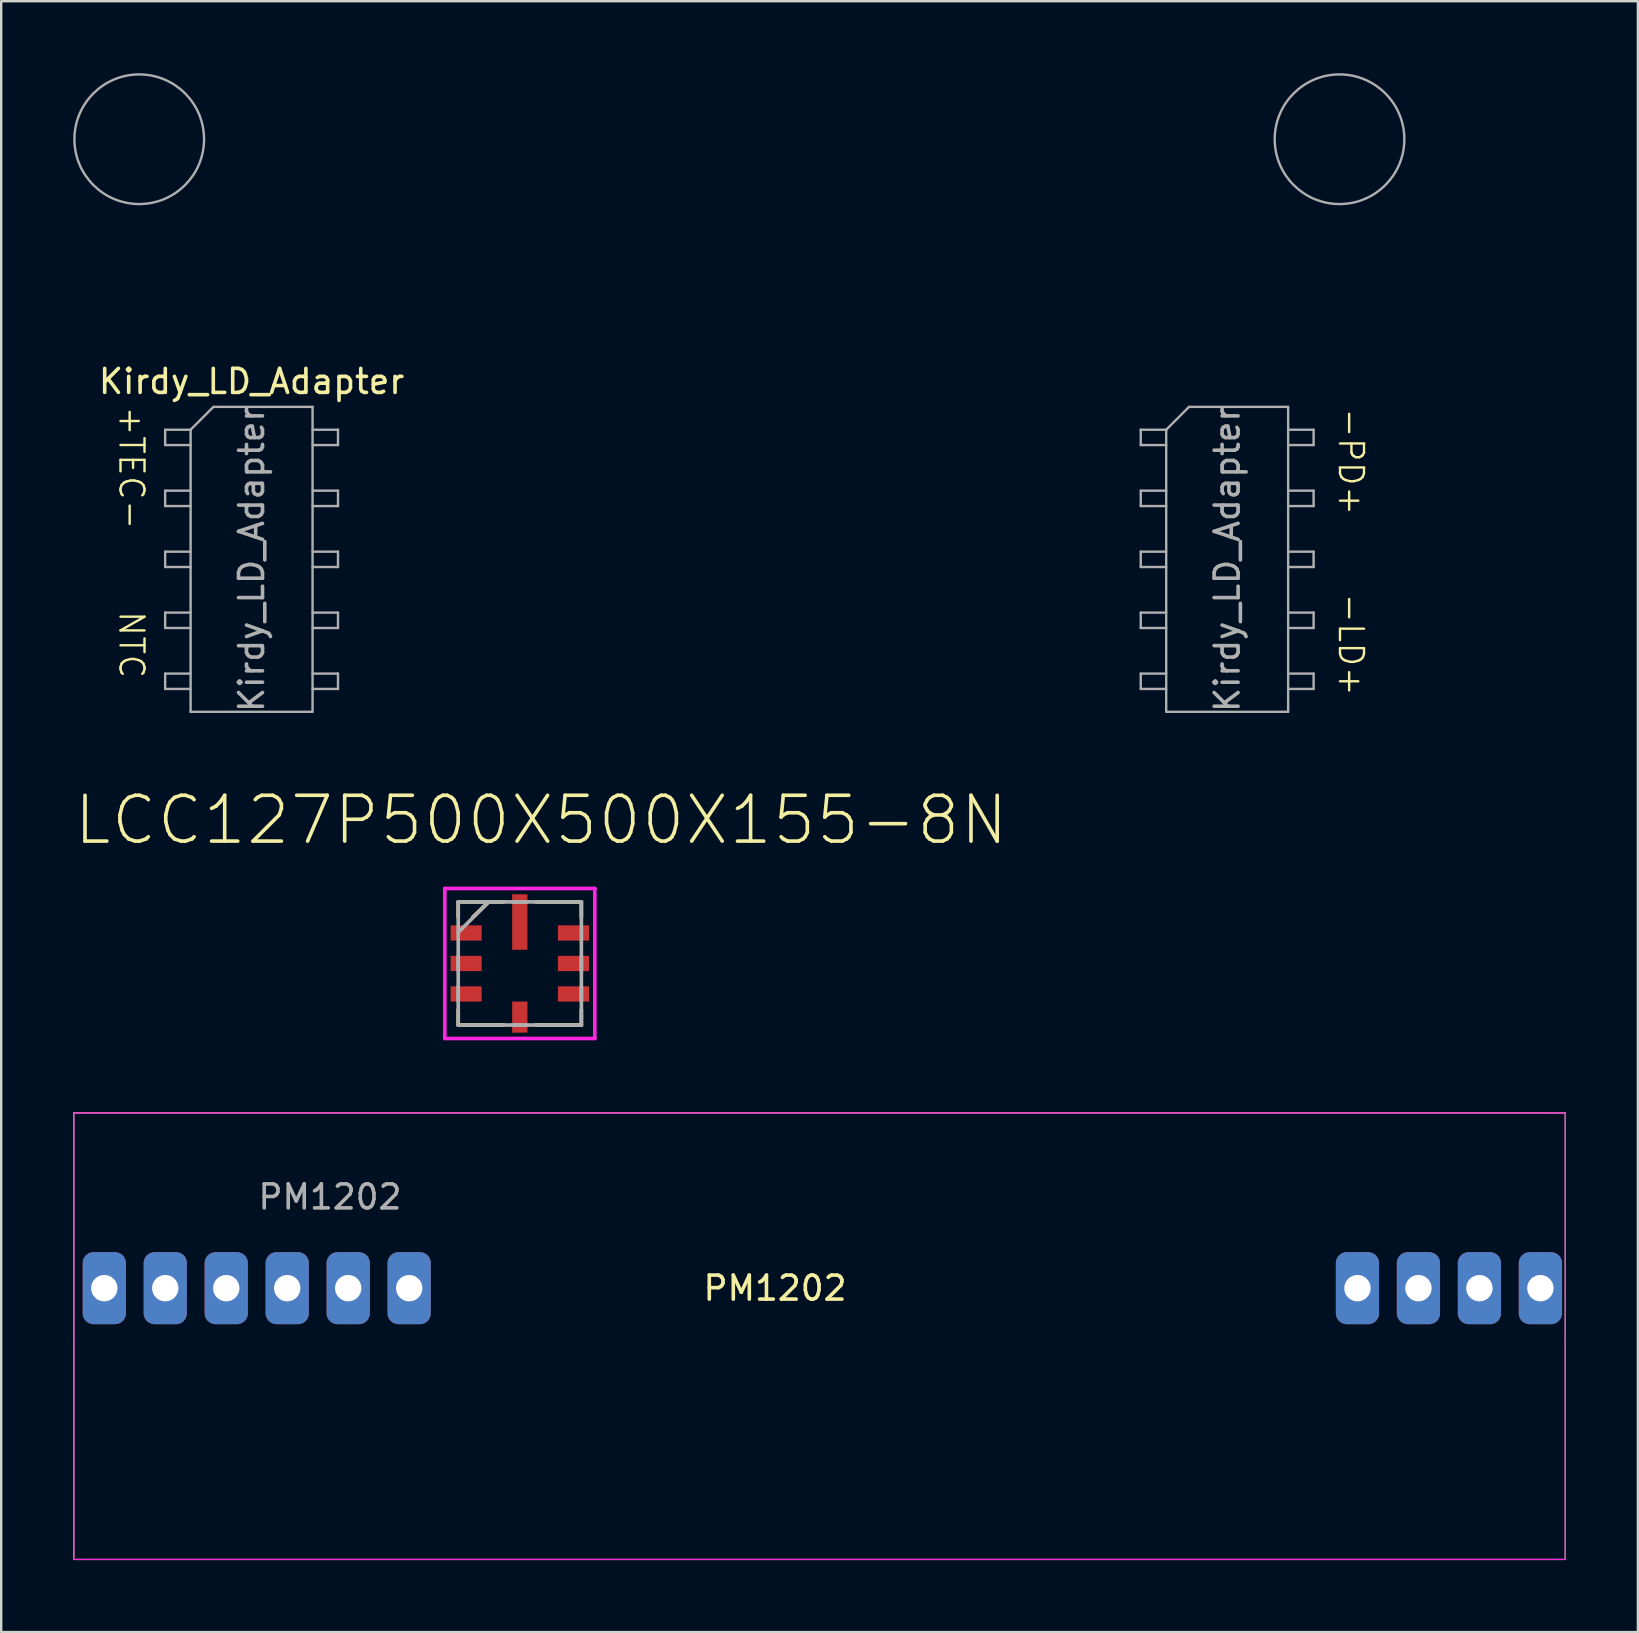
<source format=kicad_pcb>
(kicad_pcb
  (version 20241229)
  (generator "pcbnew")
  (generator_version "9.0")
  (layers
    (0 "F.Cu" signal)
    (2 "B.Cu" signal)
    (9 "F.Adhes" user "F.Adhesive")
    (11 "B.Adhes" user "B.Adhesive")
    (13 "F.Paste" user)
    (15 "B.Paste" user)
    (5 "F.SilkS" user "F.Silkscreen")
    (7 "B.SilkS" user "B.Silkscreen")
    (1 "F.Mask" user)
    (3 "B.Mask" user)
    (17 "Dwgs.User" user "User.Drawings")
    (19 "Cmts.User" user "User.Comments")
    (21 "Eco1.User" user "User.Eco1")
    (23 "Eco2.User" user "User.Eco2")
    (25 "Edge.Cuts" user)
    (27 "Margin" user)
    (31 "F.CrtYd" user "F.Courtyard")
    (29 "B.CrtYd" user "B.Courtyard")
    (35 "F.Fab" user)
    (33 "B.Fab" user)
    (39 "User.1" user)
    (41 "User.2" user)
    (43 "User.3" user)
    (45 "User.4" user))
  (footprint "PM1202"
    (layer "F.Cu")
    (at 1.295 50.611)
    (property "Reference" "PM1202" (at 27.94 0 0) (unlocked yes) (layer "F.SilkS") (effects (font (size 1 1) (thickness 0.15))))
    (attr through_hole)
    (fp_line (start -1.27 -7.3) (end -1.27 2.3) (stroke (width 0.05) (type solid)) (layer "F.SilkS"))
    (fp_line (start -1.27 -7.3) (end 60.859 -7.3) (stroke (width 0.05) (type solid)) (layer "F.SilkS"))
    (fp_line (start -1.27 2.3) (end -1.27 11.3) (stroke (width 0.05) (type solid)) (layer "F.SilkS"))
    (fp_line (start -1.27 11.3) (end 60.859 11.3) (stroke (width 0.05) (type solid)) (layer "F.SilkS"))
    (fp_line (start 60.859 0) (end 60.859 -7.3) (stroke (width 0.05) (type solid)) (layer "F.SilkS"))
    (fp_line (start 60.859 0) (end 60.859 2.3) (stroke (width 0.05) (type solid)) (layer "F.SilkS"))
    (fp_line (start 60.859 11.3) (end 60.859 2.3) (stroke (width 0.05) (type solid)) (layer "F.SilkS"))
    (fp_line (start -1.27 -7.3) (end -1.27 2.3) (stroke (width 0.05) (type solid)) (layer "F.CrtYd"))
    (fp_line (start -1.27 -7.3) (end 60.859 -7.3) (stroke (width 0.05) (type solid)) (layer "F.CrtYd"))
    (fp_line (start -1.27 2.3) (end -1.27 11.3) (stroke (width 0.05) (type solid)) (layer "F.CrtYd"))
    (fp_line (start -1.27 11.3) (end 60.859 11.3) (stroke (width 0.05) (type solid)) (layer "F.CrtYd"))
    (fp_line (start 60.859 0) (end 60.859 -7.3) (stroke (width 0.05) (type solid)) (layer "F.CrtYd"))
    (fp_line (start 60.859 0) (end 60.859 2.3) (stroke (width 0.05) (type solid)) (layer "F.CrtYd"))
    (fp_line (start 60.859 11.3) (end 60.859 2.3) (stroke (width 0.05) (type solid)) (layer "F.CrtYd"))
    (fp_text user "${REFERENCE}" (at 9.4 -3.8 0) (unlocked yes) (layer "F.Fab") (effects (font (size 1 1) (thickness 0.15))))
    (pad "1" thru_hole roundrect (at 0 0) (size 1.8 3) (drill 1.1) (layers "*.Cu" "*.Mask") (roundrect_rratio 0.25))
    (pad "2" thru_hole roundrect (at 2.54 0) (size 1.8 3) (drill 1.1) (layers "*.Cu" "*.Mask") (roundrect_rratio 0.25))
    (pad "3" thru_hole roundrect (at 5.08 0) (size 1.8 3) (drill 1.1) (layers "*.Cu" "*.Mask") (roundrect_rratio 0.25))
    (pad "4" thru_hole roundrect (at 7.62 0) (size 1.8 3) (drill 1.1) (layers "*.Cu" "*.Mask") (roundrect_rratio 0.25))
    (pad "5" thru_hole roundrect (at 10.16 0) (size 1.8 3) (drill 1.1) (layers "*.Cu" "*.Mask") (roundrect_rratio 0.25))
    (pad "6" thru_hole roundrect (at 12.7 0) (size 1.8 3) (drill 1.1) (layers "*.Cu" "*.Mask") (roundrect_rratio 0.25))
    (pad "7" thru_hole roundrect (at 52.202 0) (size 1.8 3) (drill 1.1) (layers "*.Cu" "*.Mask") (roundrect_rratio 0.25))
    (pad "8" thru_hole roundrect (at 54.742 0) (size 1.8 3) (drill 1.1) (layers "*.Cu" "*.Mask") (roundrect_rratio 0.25))
    (pad "9" thru_hole roundrect (at 57.282 0) (size 1.8 3) (drill 1.1) (layers "*.Cu" "*.Mask") (roundrect_rratio 0.25))
    (pad "10" thru_hole roundrect (at 59.822 0) (size 1.8 3) (drill 1.1) (layers "*.Cu" "*.Mask") (roundrect_rratio 0.25)))
  (footprint "LCC127P500X500X155-8N"
    (layer "F.Cu")
    (at 18.603 37.085)
    (property "Reference" "LCC127P500X500X155-8N" (at 0.887 -5.973 0) (layer "F.SilkS") (effects (font (size 1.909 1.909) (thickness 0.15))))
    (attr smd)
    (fp_line (start -2.565 -2.565) (end -2.565 -1.93) (stroke (width 0.152) (type solid)) (layer "F.SilkS"))
    (fp_line (start -2.565 1.93) (end -2.565 2.565) (stroke (width 0.152) (type solid)) (layer "F.SilkS"))
    (fp_line (start -2.565 2.565) (end -0.66 2.565) (stroke (width 0.152) (type solid)) (layer "F.SilkS"))
    (fp_line (start -1.956 -1.93) (end -1.295 -2.565) (stroke (width 0.152) (type solid)) (layer "F.SilkS"))
    (fp_line (start -1.295 -2.565) (end -2.565 -2.565) (stroke (width 0.152) (type solid)) (layer "F.SilkS"))
    (fp_line (start -0.66 -2.565) (end -1.295 -2.565) (stroke (width 0.152) (type solid)) (layer "F.SilkS"))
    (fp_line (start 0.66 2.565) (end 2.565 2.565) (stroke (width 0.152) (type solid)) (layer "F.SilkS"))
    (fp_line (start 2.565 -2.565) (end 0.66 -2.565) (stroke (width 0.152) (type solid)) (layer "F.SilkS"))
    (fp_line (start 2.565 -1.93) (end 2.565 -2.565) (stroke (width 0.152) (type solid)) (layer "F.SilkS"))
    (fp_line (start 2.565 2.565) (end 2.565 1.93) (stroke (width 0.152) (type solid)) (layer "F.SilkS"))
    (fp_line (start -3.124 -3.124) (end 3.124 -3.124) (stroke (width 0.152) (type solid)) (layer "F.CrtYd"))
    (fp_line (start -3.124 3.124) (end -3.124 -3.124) (stroke (width 0.152) (type solid)) (layer "F.CrtYd"))
    (fp_line (start 3.124 -3.124) (end 3.124 3.124) (stroke (width 0.152) (type solid)) (layer "F.CrtYd"))
    (fp_line (start 3.124 3.124) (end -3.124 3.124) (stroke (width 0.152) (type solid)) (layer "F.CrtYd"))
    (fp_line (start -2.565 -2.565) (end -2.565 2.565) (stroke (width 0.152) (type solid)) (layer "F.Fab"))
    (fp_line (start -2.565 -1.295) (end -1.295 -2.565) (stroke (width 0.152) (type solid)) (layer "F.Fab"))
    (fp_line (start -2.565 -0.305) (end -2.565 0.305) (stroke (width 0.152) (type solid)) (layer "F.Fab"))
    (fp_line (start -2.565 0.965) (end -2.565 1.575) (stroke (width 0.152) (type solid)) (layer "F.Fab"))
    (fp_line (start -2.565 2.565) (end 2.565 2.565) (stroke (width 0.152) (type solid)) (layer "F.Fab"))
    (fp_line (start -0.305 2.565) (end 0.305 2.565) (stroke (width 0.152) (type solid)) (layer "F.Fab"))
    (fp_line (start 0.305 -2.565) (end -0.305 -2.565) (stroke (width 0.152) (type solid)) (layer "F.Fab"))
    (fp_line (start 2.565 -2.565) (end -2.565 -2.565) (stroke (width 0.152) (type solid)) (layer "F.Fab"))
    (fp_line (start 2.565 0.305) (end 2.565 -0.305) (stroke (width 0.152) (type solid)) (layer "F.Fab"))
    (fp_line (start 2.565 1.575) (end 2.565 0.965) (stroke (width 0.152) (type solid)) (layer "F.Fab"))
    (fp_line (start 2.565 2.565) (end 2.565 -2.565) (stroke (width 0.152) (type solid)) (layer "F.Fab"))
    (pad "1" smd rect (at -2.235 -1.27 270) (size 0.635 1.295) (layers "F.Cu" "F.Mask" "F.Paste"))
    (pad "2" smd rect (at -2.235 0 270) (size 0.635 1.295) (layers "F.Cu" "F.Mask" "F.Paste"))
    (pad "3" smd rect (at -2.235 1.27 270) (size 0.635 1.295) (layers "F.Cu" "F.Mask" "F.Paste"))
    (pad "4" smd rect (at 0 2.235 180) (size 0.635 1.295) (layers "F.Cu" "F.Mask" "F.Paste"))
    (pad "5" smd rect (at 2.235 1.27 270) (size 0.635 1.295) (layers "F.Cu" "F.Mask" "F.Paste"))
    (pad "6" smd rect (at 2.235 0 270) (size 0.635 1.295) (layers "F.Cu" "F.Mask" "F.Paste"))
    (pad "7" smd rect (at 2.235 -1.27 270) (size 0.635 1.295) (layers "F.Cu" "F.Mask" "F.Paste"))
    (pad "8" smd rect (at 0 -1.727 180) (size 0.635 2.311) (layers "F.Cu" "F.Mask" "F.Paste")))
  (footprint "Kirdy_LD_Adapter"
    (layer "F.Cu")
    (at 27.75 20.25)
    (property "Reference" "Kirdy_LD_Adapter" (at -20.32 -7.41 0) (layer "F.SilkS") (effects (font (size 1 1) (thickness 0.15))))
    (attr smd)
    (fp_line (start -23.92 -5.4) (end -23.92 -4.76) (stroke (width 0.1) (type solid)) (layer "F.Fab"))
    (fp_line (start -23.92 -4.76) (end -22.86 -4.76) (stroke (width 0.1) (type solid)) (layer "F.Fab"))
    (fp_line (start -23.92 -2.86) (end -23.92 -2.22) (stroke (width 0.1) (type solid)) (layer "F.Fab"))
    (fp_line (start -23.92 -2.22) (end -22.86 -2.22) (stroke (width 0.1) (type solid)) (layer "F.Fab"))
    (fp_line (start -23.92 -0.32) (end -23.92 0.32) (stroke (width 0.1) (type solid)) (layer "F.Fab"))
    (fp_line (start -23.92 0.32) (end -22.86 0.32) (stroke (width 0.1) (type solid)) (layer "F.Fab"))
    (fp_line (start -23.92 2.22) (end -23.92 2.86) (stroke (width 0.1) (type solid)) (layer "F.Fab"))
    (fp_line (start -23.92 2.86) (end -22.86 2.86) (stroke (width 0.1) (type solid)) (layer "F.Fab"))
    (fp_line (start -23.92 4.76) (end -23.92 5.4) (stroke (width 0.1) (type solid)) (layer "F.Fab"))
    (fp_line (start -23.92 5.4) (end -22.86 5.4) (stroke (width 0.1) (type solid)) (layer "F.Fab"))
    (fp_line (start -22.86 -5.4) (end -23.92 -5.4) (stroke (width 0.1) (type solid)) (layer "F.Fab"))
    (fp_line (start -22.86 -5.4) (end -21.91 -6.35) (stroke (width 0.1) (type solid)) (layer "F.Fab"))
    (fp_line (start -22.86 -2.86) (end -23.92 -2.86) (stroke (width 0.1) (type solid)) (layer "F.Fab"))
    (fp_line (start -22.86 -0.32) (end -23.92 -0.32) (stroke (width 0.1) (type solid)) (layer "F.Fab"))
    (fp_line (start -22.86 2.22) (end -23.92 2.22) (stroke (width 0.1) (type solid)) (layer "F.Fab"))
    (fp_line (start -22.86 4.76) (end -23.92 4.76) (stroke (width 0.1) (type solid)) (layer "F.Fab"))
    (fp_line (start -22.86 6.35) (end -22.86 -5.4) (stroke (width 0.1) (type solid)) (layer "F.Fab"))
    (fp_line (start -21.91 -6.35) (end -17.78 -6.35) (stroke (width 0.1) (type solid)) (layer "F.Fab"))
    (fp_line (start -17.78 -6.35) (end -17.78 6.35) (stroke (width 0.1) (type solid)) (layer "F.Fab"))
    (fp_line (start -17.78 -5.4) (end -16.72 -5.4) (stroke (width 0.1) (type solid)) (layer "F.Fab"))
    (fp_line (start -17.78 -2.86) (end -16.72 -2.86) (stroke (width 0.1) (type solid)) (layer "F.Fab"))
    (fp_line (start -17.78 -0.32) (end -16.72 -0.32) (stroke (width 0.1) (type solid)) (layer "F.Fab"))
    (fp_line (start -17.78 2.22) (end -16.72 2.22) (stroke (width 0.1) (type solid)) (layer "F.Fab"))
    (fp_line (start -17.78 4.76) (end -16.72 4.76) (stroke (width 0.1) (type solid)) (layer "F.Fab"))
    (fp_line (start -17.78 6.35) (end -22.86 6.35) (stroke (width 0.1) (type solid)) (layer "F.Fab"))
    (fp_line (start -16.72 -5.4) (end -16.72 -4.76) (stroke (width 0.1) (type solid)) (layer "F.Fab"))
    (fp_line (start -16.72 -4.76) (end -17.78 -4.76) (stroke (width 0.1) (type solid)) (layer "F.Fab"))
    (fp_line (start -16.72 -2.86) (end -16.72 -2.22) (stroke (width 0.1) (type solid)) (layer "F.Fab"))
    (fp_line (start -16.72 -2.22) (end -17.78 -2.22) (stroke (width 0.1) (type solid)) (layer "F.Fab"))
    (fp_line (start -16.72 -0.32) (end -16.72 0.32) (stroke (width 0.1) (type solid)) (layer "F.Fab"))
    (fp_line (start -16.72 0.32) (end -17.78 0.32) (stroke (width 0.1) (type solid)) (layer "F.Fab"))
    (fp_line (start -16.72 2.22) (end -16.72 2.86) (stroke (width 0.1) (type solid)) (layer "F.Fab"))
    (fp_line (start -16.72 2.86) (end -17.78 2.86) (stroke (width 0.1) (type solid)) (layer "F.Fab"))
    (fp_line (start -16.72 4.76) (end -16.72 5.4) (stroke (width 0.1) (type solid)) (layer "F.Fab"))
    (fp_line (start -16.72 5.4) (end -17.78 5.4) (stroke (width 0.1) (type solid)) (layer "F.Fab"))
    (fp_line (start 16.72 -5.4) (end 16.72 -4.76) (stroke (width 0.1) (type solid)) (layer "F.Fab"))
    (fp_line (start 16.72 -4.76) (end 17.78 -4.76) (stroke (width 0.1) (type solid)) (layer "F.Fab"))
    (fp_line (start 16.72 -2.86) (end 16.72 -2.22) (stroke (width 0.1) (type solid)) (layer "F.Fab"))
    (fp_line (start 16.72 -2.22) (end 17.78 -2.22) (stroke (width 0.1) (type solid)) (layer "F.Fab"))
    (fp_line (start 16.72 -0.32) (end 16.72 0.32) (stroke (width 0.1) (type solid)) (layer "F.Fab"))
    (fp_line (start 16.72 0.32) (end 17.78 0.32) (stroke (width 0.1) (type solid)) (layer "F.Fab"))
    (fp_line (start 16.72 2.22) (end 16.72 2.86) (stroke (width 0.1) (type solid)) (layer "F.Fab"))
    (fp_line (start 16.72 2.86) (end 17.78 2.86) (stroke (width 0.1) (type solid)) (layer "F.Fab"))
    (fp_line (start 16.72 4.76) (end 16.72 5.4) (stroke (width 0.1) (type solid)) (layer "F.Fab"))
    (fp_line (start 16.72 5.4) (end 17.78 5.4) (stroke (width 0.1) (type solid)) (layer "F.Fab"))
    (fp_line (start 17.78 -5.4) (end 16.72 -5.4) (stroke (width 0.1) (type solid)) (layer "F.Fab"))
    (fp_line (start 17.78 -5.4) (end 18.73 -6.35) (stroke (width 0.1) (type solid)) (layer "F.Fab"))
    (fp_line (start 17.78 -2.86) (end 16.72 -2.86) (stroke (width 0.1) (type solid)) (layer "F.Fab"))
    (fp_line (start 17.78 -0.32) (end 16.72 -0.32) (stroke (width 0.1) (type solid)) (layer "F.Fab"))
    (fp_line (start 17.78 2.22) (end 16.72 2.22) (stroke (width 0.1) (type solid)) (layer "F.Fab"))
    (fp_line (start 17.78 4.76) (end 16.72 4.76) (stroke (width 0.1) (type solid)) (layer "F.Fab"))
    (fp_line (start 17.78 6.35) (end 17.78 -5.4) (stroke (width 0.1) (type solid)) (layer "F.Fab"))
    (fp_line (start 18.73 -6.35) (end 22.86 -6.35) (stroke (width 0.1) (type solid)) (layer "F.Fab"))
    (fp_line (start 22.86 -6.35) (end 22.86 6.35) (stroke (width 0.1) (type solid)) (layer "F.Fab"))
    (fp_line (start 22.86 -5.4) (end 23.92 -5.4) (stroke (width 0.1) (type solid)) (layer "F.Fab"))
    (fp_line (start 22.86 -2.86) (end 23.92 -2.86) (stroke (width 0.1) (type solid)) (layer "F.Fab"))
    (fp_line (start 22.86 -0.32) (end 23.92 -0.32) (stroke (width 0.1) (type solid)) (layer "F.Fab"))
    (fp_line (start 22.86 2.22) (end 23.92 2.22) (stroke (width 0.1) (type solid)) (layer "F.Fab"))
    (fp_line (start 22.86 4.76) (end 23.92 4.76) (stroke (width 0.1) (type solid)) (layer "F.Fab"))
    (fp_line (start 22.86 6.35) (end 17.78 6.35) (stroke (width 0.1) (type solid)) (layer "F.Fab"))
    (fp_line (start 23.92 -5.4) (end 23.92 -4.76) (stroke (width 0.1) (type solid)) (layer "F.Fab"))
    (fp_line (start 23.92 -4.76) (end 22.86 -4.76) (stroke (width 0.1) (type solid)) (layer "F.Fab"))
    (fp_line (start 23.92 -2.86) (end 23.92 -2.22) (stroke (width 0.1) (type solid)) (layer "F.Fab"))
    (fp_line (start 23.92 -2.22) (end 22.86 -2.22) (stroke (width 0.1) (type solid)) (layer "F.Fab"))
    (fp_line (start 23.92 -0.32) (end 23.92 0.32) (stroke (width 0.1) (type solid)) (layer "F.Fab"))
    (fp_line (start 23.92 0.32) (end 22.86 0.32) (stroke (width 0.1) (type solid)) (layer "F.Fab"))
    (fp_line (start 23.92 2.22) (end 23.92 2.86) (stroke (width 0.1) (type solid)) (layer "F.Fab"))
    (fp_line (start 23.92 2.86) (end 22.86 2.86) (stroke (width 0.1) (type solid)) (layer "F.Fab"))
    (fp_line (start 23.92 4.76) (end 23.92 5.4) (stroke (width 0.1) (type solid)) (layer "F.Fab"))
    (fp_line (start 23.92 5.4) (end 22.86 5.4) (stroke (width 0.1) (type solid)) (layer "F.Fab"))
    (fp_circle (center -25 -17.5) (end -22.3 -17.5) (stroke (width 0.1) (type default)) (fill no) (layer "F.Fab"))
    (fp_circle (center 25 -17.5) (end 27.7 -17.5) (stroke (width 0.1) (type default)) (fill no) (layer "F.Fab"))
    (fp_text user "NTC" (at -25.908 3.556 270) (unlocked yes) (layer "F.SilkS") (effects (font (size 1 1) (thickness 0.1)) (justify bottom)))
    (fp_text user "-LD+" (at 24.892 3.556 270) (unlocked yes) (layer "F.SilkS") (effects (font (size 1 1) (thickness 0.1)) (justify bottom)))
    (fp_text user "-PD+" (at 24.892 -4.064 270) (unlocked yes) (layer "F.SilkS") (effects (font (size 1 1) (thickness 0.1)) (justify bottom)))
    (fp_text user "+TEC-" (at -25.908 -3.81 270) (unlocked yes) (layer "F.SilkS") (effects (font (size 1 1) (thickness 0.1)) (justify bottom)))
    (fp_text user "${REFERENCE}" (at -20.32 0 90) (layer "F.Fab") (effects (font (size 1 1) (thickness 0.15))))
    (fp_text user "${REFERENCE}" (at 20.32 0 90) (layer "F.Fab") (effects (font (size 1 1) (thickness 0.15)))))
  (gr_rect
    (start -3 -3)
    (end 65.179 64.936)
    (stroke (width 0.1) (type default))
    (fill no)
    (layer "Edge.Cuts")))
</source>
